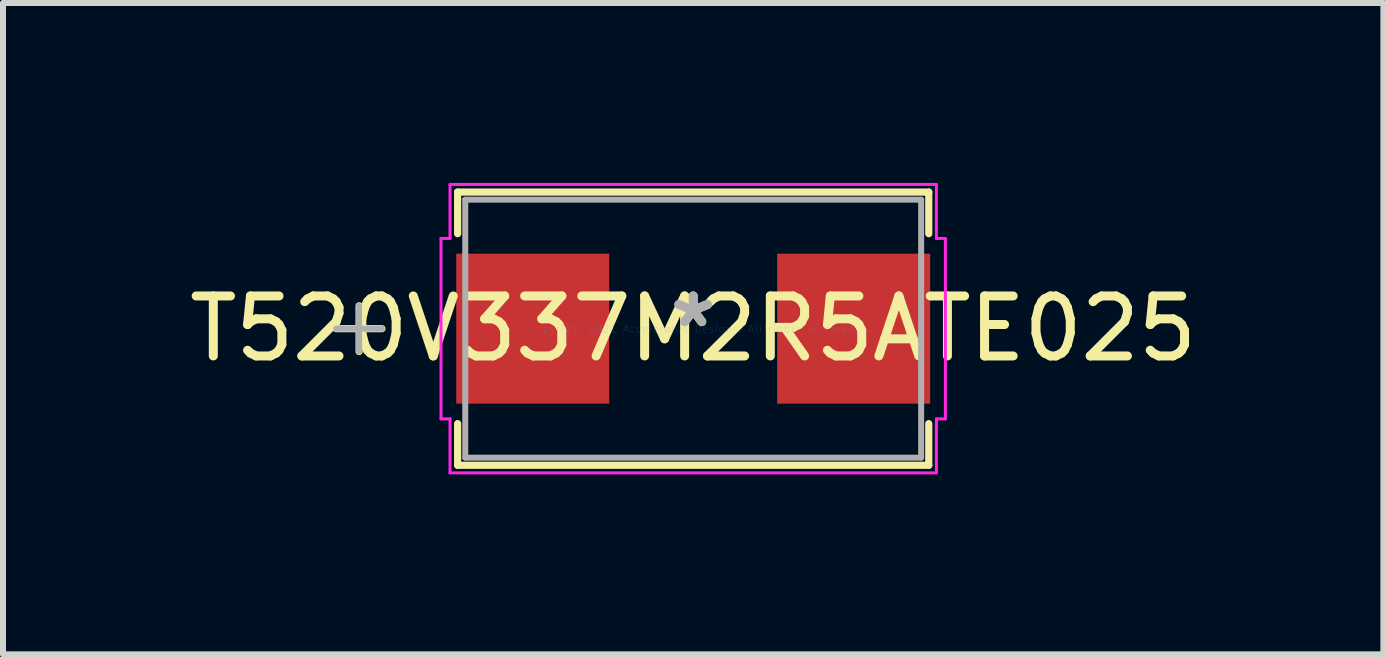
<source format=kicad_pcb>
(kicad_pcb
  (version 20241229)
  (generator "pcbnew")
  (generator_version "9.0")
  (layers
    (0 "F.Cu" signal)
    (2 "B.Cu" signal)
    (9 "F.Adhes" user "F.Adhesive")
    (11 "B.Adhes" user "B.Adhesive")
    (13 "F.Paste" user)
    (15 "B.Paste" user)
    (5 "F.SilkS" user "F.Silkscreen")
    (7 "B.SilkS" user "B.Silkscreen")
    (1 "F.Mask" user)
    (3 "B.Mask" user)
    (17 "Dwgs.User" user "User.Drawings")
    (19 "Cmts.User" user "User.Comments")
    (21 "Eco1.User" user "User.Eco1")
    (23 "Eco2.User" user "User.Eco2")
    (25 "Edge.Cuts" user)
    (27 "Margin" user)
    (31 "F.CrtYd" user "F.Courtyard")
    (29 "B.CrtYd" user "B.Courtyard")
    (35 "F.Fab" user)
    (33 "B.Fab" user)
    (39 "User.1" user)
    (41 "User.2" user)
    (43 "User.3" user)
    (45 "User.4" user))
  (footprint "T520V337M2R5ATE025"
    (layer "F.Cu")
    (at 8.506 2.429)
    (property "Reference" "T520V337M2R5ATE025" (at 0 0 0) (layer "F.SilkS") (effects (font (size 1 1) (thickness 0.15))))
    (attr through_hole)
    (fp_line (start -5.57 -0.381) (end -5.57 0.381) (stroke (width 0.12) (type solid)) (layer "F.SilkS"))
    (fp_line (start -5.189 0) (end -5.951 0) (stroke (width 0.12) (type solid)) (layer "F.SilkS"))
    (fp_line (start -3.927 -2.277) (end -3.927 -1.583) (stroke (width 0.12) (type solid)) (layer "F.SilkS"))
    (fp_line (start -3.927 1.583) (end -3.927 2.277) (stroke (width 0.12) (type solid)) (layer "F.SilkS"))
    (fp_line (start -3.927 2.277) (end 3.927 2.277) (stroke (width 0.12) (type solid)) (layer "F.SilkS"))
    (fp_line (start 3.927 -2.277) (end -3.927 -2.277) (stroke (width 0.12) (type solid)) (layer "F.SilkS"))
    (fp_line (start 3.927 -1.583) (end 3.927 -2.277) (stroke (width 0.12) (type solid)) (layer "F.SilkS"))
    (fp_line (start 3.927 2.277) (end 3.927 1.583) (stroke (width 0.12) (type solid)) (layer "F.SilkS"))
    (fp_line (start -4.204 -1.504) (end -4.054 -1.504) (stroke (width 0.05) (type solid)) (layer "F.CrtYd"))
    (fp_line (start -4.204 1.504) (end -4.204 -1.504) (stroke (width 0.05) (type solid)) (layer "F.CrtYd"))
    (fp_line (start -4.054 -2.404) (end 4.054 -2.404) (stroke (width 0.05) (type solid)) (layer "F.CrtYd"))
    (fp_line (start -4.054 -1.504) (end -4.054 -2.404) (stroke (width 0.05) (type solid)) (layer "F.CrtYd"))
    (fp_line (start -4.054 1.504) (end -4.204 1.504) (stroke (width 0.05) (type solid)) (layer "F.CrtYd"))
    (fp_line (start -4.054 2.404) (end -4.054 1.504) (stroke (width 0.05) (type solid)) (layer "F.CrtYd"))
    (fp_line (start 4.054 -2.404) (end 4.054 -1.504) (stroke (width 0.05) (type solid)) (layer "F.CrtYd"))
    (fp_line (start 4.054 -1.504) (end 4.204 -1.504) (stroke (width 0.05) (type solid)) (layer "F.CrtYd"))
    (fp_line (start 4.054 1.504) (end 4.054 2.404) (stroke (width 0.05) (type solid)) (layer "F.CrtYd"))
    (fp_line (start 4.054 2.404) (end -4.054 2.404) (stroke (width 0.05) (type solid)) (layer "F.CrtYd"))
    (fp_line (start 4.204 -1.504) (end 4.204 1.504) (stroke (width 0.05) (type solid)) (layer "F.CrtYd"))
    (fp_line (start 4.204 1.504) (end 4.054 1.504) (stroke (width 0.05) (type solid)) (layer "F.CrtYd"))
    (fp_line (start -5.57 -0.381) (end -5.57 0.381) (stroke (width 0.1) (type solid)) (layer "F.Fab"))
    (fp_line (start -5.189 0) (end -5.951 0) (stroke (width 0.1) (type solid)) (layer "F.Fab"))
    (fp_line (start -3.8 -2.15) (end -3.8 2.15) (stroke (width 0.1) (type solid)) (layer "F.Fab"))
    (fp_line (start -3.8 2.15) (end 3.8 2.15) (stroke (width 0.1) (type solid)) (layer "F.Fab"))
    (fp_line (start 3.8 -2.15) (end -3.8 -2.15) (stroke (width 0.1) (type solid)) (layer "F.Fab"))
    (fp_line (start 3.8 2.15) (end 3.8 -2.15) (stroke (width 0.1) (type solid)) (layer "F.Fab"))
    (fp_text user "*" (at 0 0 0) (layer "F.SilkS") (effects (font (size 1 1) (thickness 0.15))))
    (fp_text user "Copyright 2021 Accelerated Designs. All rights reserved." (at 0 0 0) (layer "Cmts.User") (effects (font (size 0.127 0.127) (thickness 0.002))))
    (fp_text user "*" (at 0 0 0) (layer "F.Fab") (effects (font (size 1 1) (thickness 0.15))))
    (pad "1" smd rect (at -2.675 0 90) (size 2.5 2.55) (layers "F.Cu" "F.Mask" "F.Paste"))
    (pad "2" smd rect (at 2.675 0 90) (size 2.5 2.55) (layers "F.Cu" "F.Mask" "F.Paste")))
  (gr_rect
    (start -3 -3)
    (end 20.012 7.858)
    (stroke (width 0.1) (type default))
    (fill no)
    (layer "Edge.Cuts")))
</source>
